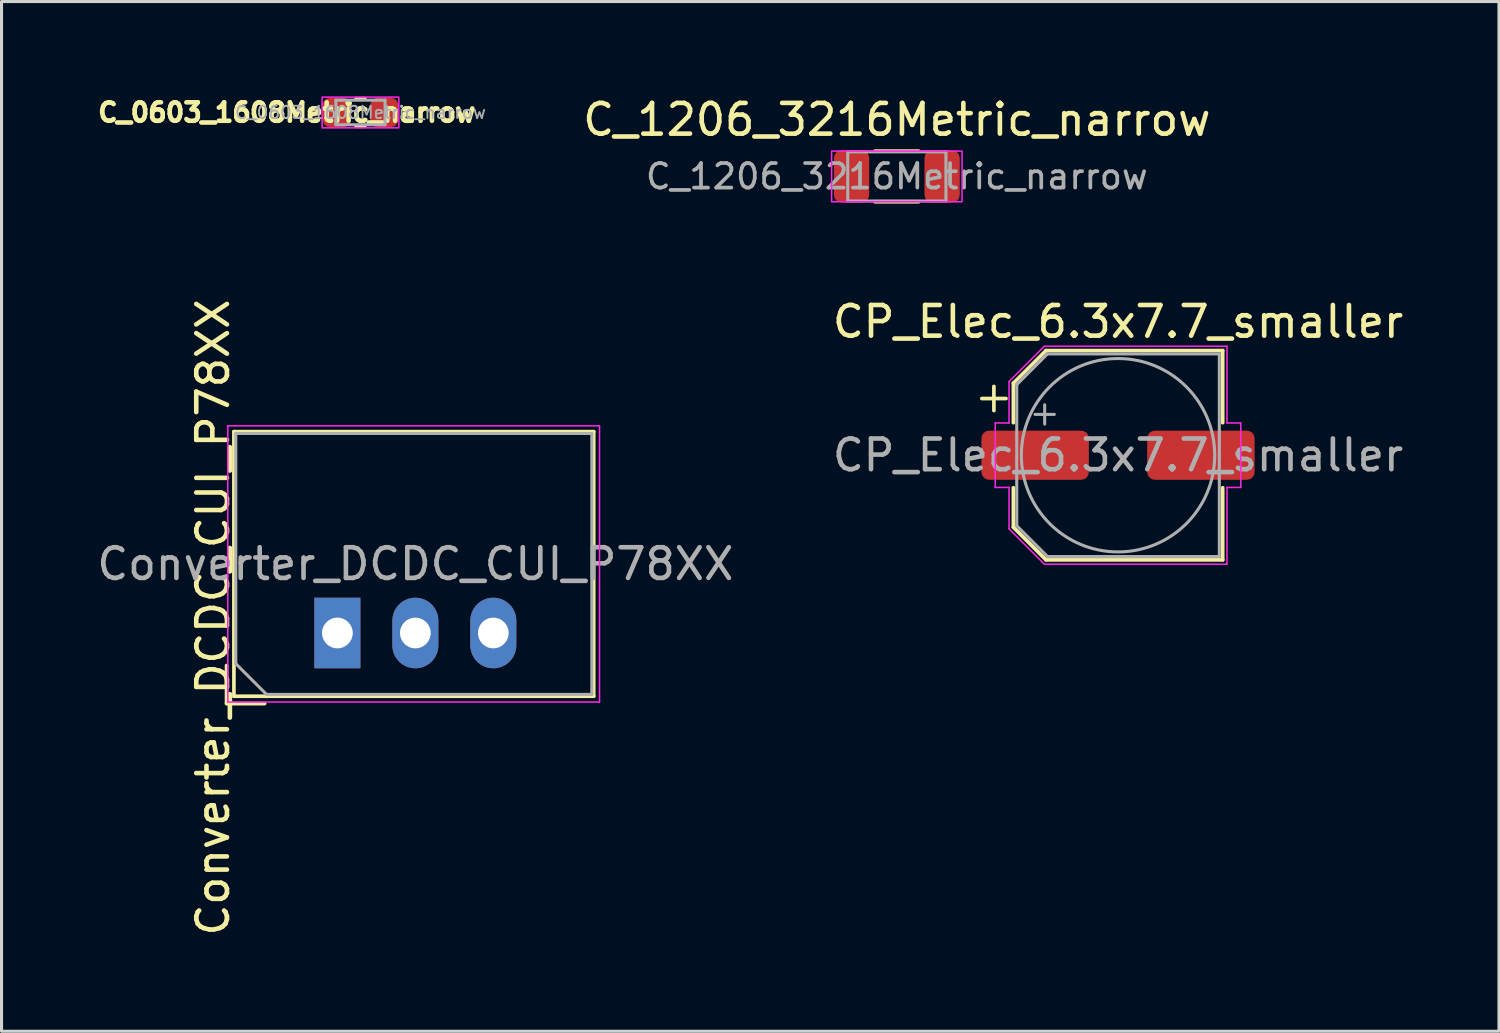
<source format=kicad_pcb>
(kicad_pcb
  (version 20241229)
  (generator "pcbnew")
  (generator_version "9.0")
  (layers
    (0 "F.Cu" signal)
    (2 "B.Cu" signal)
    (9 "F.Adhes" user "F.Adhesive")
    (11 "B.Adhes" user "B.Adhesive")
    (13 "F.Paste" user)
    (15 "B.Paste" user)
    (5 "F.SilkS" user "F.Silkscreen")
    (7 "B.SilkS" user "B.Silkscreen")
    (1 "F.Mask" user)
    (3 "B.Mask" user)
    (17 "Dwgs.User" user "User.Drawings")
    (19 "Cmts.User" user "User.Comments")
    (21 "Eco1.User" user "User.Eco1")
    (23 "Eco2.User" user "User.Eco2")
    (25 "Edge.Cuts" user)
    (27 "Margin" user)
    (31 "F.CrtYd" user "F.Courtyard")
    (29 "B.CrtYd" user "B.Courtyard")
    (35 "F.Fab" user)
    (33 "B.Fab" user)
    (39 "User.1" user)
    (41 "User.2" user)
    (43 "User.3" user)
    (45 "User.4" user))
  (footprint "C_0603_1608Metric_narrow"
    (layer "F.Cu")
    (at 8.694 0.614)
    (property "Reference" "C_0603_1608Metric_narrow" (at -2.4 0 0) (layer "F.SilkS") (effects (font (size 0.6 0.6) (thickness 0.15))))
    (attr smd)
    (fp_line (start -0.141 -0.45) (end 0.141 -0.45) (stroke (width 0.12) (type solid)) (layer "F.SilkS"))
    (fp_line (start -0.141 0.45) (end 0.141 0.45) (stroke (width 0.12) (type solid)) (layer "F.SilkS"))
    (fp_rect (start -1.25 -0.5) (end 1.25 0.5) (stroke (width 0.05) (type default)) (fill no) (layer "F.CrtYd"))
    (fp_line (start -0.8 -0.4) (end 0.8 -0.4) (stroke (width 0.1) (type solid)) (layer "F.Fab"))
    (fp_line (start -0.8 0.4) (end -0.8 -0.4) (stroke (width 0.1) (type solid)) (layer "F.Fab"))
    (fp_line (start 0.8 -0.4) (end 0.8 0.4) (stroke (width 0.1) (type solid)) (layer "F.Fab"))
    (fp_line (start 0.8 0.4) (end -0.8 0.4) (stroke (width 0.1) (type solid)) (layer "F.Fab"))
    (fp_text user "${REFERENCE}" (at 0 0 0) (layer "F.Fab") (effects (font (size 0.4 0.4) (thickness 0.06))))
    (pad "1" smd roundrect (at -0.775 0) (size 0.9 0.95) (layers "F.Cu" "F.Mask" "F.Paste") (roundrect_rratio 0.25))
    (pad "2" smd roundrect (at 0.775 0) (size 0.9 0.95) (layers "F.Cu" "F.Mask" "F.Paste") (roundrect_rratio 0.25)))
  (footprint "CP_Elec_6.3x7.7_smaller"
    (layer "F.Cu")
    (at 33.375 11.781)
    (property "Reference" "CP_Elec_6.3x7.7_smaller" (at 0 -4.35 180) (layer "F.SilkS") (effects (font (size 1 1) (thickness 0.15))))
    (attr smd)
    (fp_line (start -4.438 -1.847) (end -3.65 -1.847) (stroke (width 0.12) (type solid)) (layer "F.SilkS"))
    (fp_line (start -4.044 -2.241) (end -4.044 -1.454) (stroke (width 0.12) (type solid)) (layer "F.SilkS"))
    (fp_line (start -3.41 -2.346) (end -3.41 -1.06) (stroke (width 0.12) (type solid)) (layer "F.SilkS"))
    (fp_line (start -3.41 -2.346) (end -2.346 -3.41) (stroke (width 0.12) (type solid)) (layer "F.SilkS"))
    (fp_line (start -3.41 2.346) (end -3.41 1.06) (stroke (width 0.12) (type solid)) (layer "F.SilkS"))
    (fp_line (start -3.41 2.346) (end -2.346 3.41) (stroke (width 0.12) (type solid)) (layer "F.SilkS"))
    (fp_line (start -2.346 -3.41) (end 3.41 -3.41) (stroke (width 0.12) (type solid)) (layer "F.SilkS"))
    (fp_line (start -2.346 3.41) (end 3.41 3.41) (stroke (width 0.12) (type solid)) (layer "F.SilkS"))
    (fp_line (start 3.41 -3.41) (end 3.41 -1.06) (stroke (width 0.12) (type solid)) (layer "F.SilkS"))
    (fp_line (start 3.41 3.41) (end 3.41 1.06) (stroke (width 0.12) (type solid)) (layer "F.SilkS"))
    (fp_line (start -4 -1.05) (end -4 1.05) (stroke (width 0.05) (type solid)) (layer "F.CrtYd"))
    (fp_line (start -4 1.05) (end -3.55 1.05) (stroke (width 0.05) (type solid)) (layer "F.CrtYd"))
    (fp_line (start -3.55 -2.4) (end -3.55 -1.05) (stroke (width 0.05) (type solid)) (layer "F.CrtYd"))
    (fp_line (start -3.55 -2.4) (end -2.4 -3.55) (stroke (width 0.05) (type solid)) (layer "F.CrtYd"))
    (fp_line (start -3.55 -1.05) (end -4 -1.05) (stroke (width 0.05) (type solid)) (layer "F.CrtYd"))
    (fp_line (start -3.55 1.05) (end -3.55 2.4) (stroke (width 0.05) (type solid)) (layer "F.CrtYd"))
    (fp_line (start -3.55 2.4) (end -2.4 3.55) (stroke (width 0.05) (type solid)) (layer "F.CrtYd"))
    (fp_line (start -2.4 -3.55) (end 3.55 -3.55) (stroke (width 0.05) (type solid)) (layer "F.CrtYd"))
    (fp_line (start -2.4 3.55) (end 3.55 3.55) (stroke (width 0.05) (type solid)) (layer "F.CrtYd"))
    (fp_line (start 3.55 -3.55) (end 3.55 -1.05) (stroke (width 0.05) (type solid)) (layer "F.CrtYd"))
    (fp_line (start 3.55 -1.05) (end 4 -1.05) (stroke (width 0.05) (type solid)) (layer "F.CrtYd"))
    (fp_line (start 3.55 1.05) (end 3.55 3.55) (stroke (width 0.05) (type solid)) (layer "F.CrtYd"))
    (fp_line (start 4 -1.05) (end 4 1.05) (stroke (width 0.05) (type solid)) (layer "F.CrtYd"))
    (fp_line (start 4 1.05) (end 3.55 1.05) (stroke (width 0.05) (type solid)) (layer "F.CrtYd"))
    (fp_line (start -3.3 -2.3) (end -3.3 2.3) (stroke (width 0.1) (type solid)) (layer "F.Fab"))
    (fp_line (start -3.3 -2.3) (end -2.3 -3.3) (stroke (width 0.1) (type solid)) (layer "F.Fab"))
    (fp_line (start -3.3 2.3) (end -2.3 3.3) (stroke (width 0.1) (type solid)) (layer "F.Fab"))
    (fp_line (start -2.705 -1.33) (end -2.075 -1.33) (stroke (width 0.1) (type solid)) (layer "F.Fab"))
    (fp_line (start -2.39 -1.645) (end -2.39 -1.015) (stroke (width 0.1) (type solid)) (layer "F.Fab"))
    (fp_line (start -2.3 -3.3) (end 3.3 -3.3) (stroke (width 0.1) (type solid)) (layer "F.Fab"))
    (fp_line (start -2.3 3.3) (end 3.3 3.3) (stroke (width 0.1) (type solid)) (layer "F.Fab"))
    (fp_line (start 3.3 -3.3) (end 3.3 3.3) (stroke (width 0.1) (type solid)) (layer "F.Fab"))
    (fp_circle (center 0 0) (end 3.15 0) (stroke (width 0.1) (type solid)) (fill no) (layer "F.Fab"))
    (fp_text user "${REFERENCE}" (at 0 0 180) (layer "F.Fab") (effects (font (size 1 1) (thickness 0.15))))
    (pad "1" smd roundrect (at -2.7 0) (size 3.5 1.6) (layers "F.Cu" "F.Mask" "F.Paste") (roundrect_rratio 0.156))
    (pad "2" smd roundrect (at 2.7 0) (size 3.5 1.6) (layers "F.Cu" "F.Mask" "F.Paste") (roundrect_rratio 0.156)))
  (footprint "C_1206_3216Metric_narrow"
    (layer "F.Cu")
    (at 26.169 2.698)
    (property "Reference" "C_1206_3216Metric_narrow" (at 0 -1.85 0) (layer "F.SilkS") (effects (font (size 1 1) (thickness 0.15))))
    (attr smd)
    (fp_line (start -0.711 -0.825) (end 0.711 -0.825) (stroke (width 0.12) (type solid)) (layer "F.SilkS"))
    (fp_line (start -0.711 0.825) (end 0.711 0.825) (stroke (width 0.12) (type solid)) (layer "F.SilkS"))
    (fp_rect (start -2.125 -0.825) (end 2.125 0.825) (stroke (width 0.05) (type solid)) (fill no) (layer "F.CrtYd"))
    (fp_line (start -1.6 -0.8) (end 1.6 -0.8) (stroke (width 0.1) (type solid)) (layer "F.Fab"))
    (fp_line (start -1.6 0.8) (end -1.6 -0.8) (stroke (width 0.1) (type solid)) (layer "F.Fab"))
    (fp_line (start 1.6 -0.8) (end 1.6 0.8) (stroke (width 0.1) (type solid)) (layer "F.Fab"))
    (fp_line (start 1.6 0.8) (end -1.6 0.8) (stroke (width 0.1) (type solid)) (layer "F.Fab"))
    (fp_text user "${REFERENCE}" (at 0 0 0) (layer "F.Fab") (effects (font (size 0.8 0.8) (thickness 0.12))))
    (pad "1" smd roundrect (at -1.475 0) (size 1.15 1.7) (layers "F.Cu" "F.Mask" "F.Paste") (roundrect_rratio 0.217))
    (pad "2" smd roundrect (at 1.475 0) (size 1.15 1.7) (layers "F.Cu" "F.Mask" "F.Paste") (roundrect_rratio 0.217)))
  (footprint "Converter_DCDC_CUI_P78XX"
    (layer "F.Cu")
    (at 7.942 17.573)
    (property "Reference" "Converter_DCDC_CUI_P78XX" (at -4.053 -0.507 90) (layer "F.SilkS") (effects (font (size 1 1) (thickness 0.15))))
    (attr through_hole)
    (fp_line (start -3.611 1.06) (end -3.611 2.3) (stroke (width 0.12) (type solid)) (layer "F.SilkS"))
    (fp_line (start -3.611 2.3) (end -2.371 2.3) (stroke (width 0.12) (type solid)) (layer "F.SilkS"))
    (fp_line (start -3.371 -6.56) (end -3.371 2.06) (stroke (width 0.12) (type solid)) (layer "F.SilkS"))
    (fp_line (start -3.371 -6.56) (end 8.35 -6.56) (stroke (width 0.12) (type solid)) (layer "F.SilkS"))
    (fp_line (start -3.371 2.06) (end 8.35 2.06) (stroke (width 0.12) (type solid)) (layer "F.SilkS"))
    (fp_line (start 8.35 -6.56) (end 8.35 2.06) (stroke (width 0.12) (type solid)) (layer "F.SilkS"))
    (fp_line (start -3.57 -6.75) (end -3.57 2.25) (stroke (width 0.05) (type solid)) (layer "F.CrtYd"))
    (fp_line (start -3.57 2.25) (end 8.54 2.25) (stroke (width 0.05) (type solid)) (layer "F.CrtYd"))
    (fp_line (start 8.54 -6.75) (end -3.57 -6.75) (stroke (width 0.05) (type solid)) (layer "F.CrtYd"))
    (fp_line (start 8.54 2.25) (end 8.54 -6.75) (stroke (width 0.05) (type solid)) (layer "F.CrtYd"))
    (fp_line (start -3.31 -6.5) (end 8.29 -6.5) (stroke (width 0.1) (type solid)) (layer "F.Fab"))
    (fp_line (start -3.31 1) (end -3.31 -6.5) (stroke (width 0.1) (type solid)) (layer "F.Fab"))
    (fp_line (start -2.31 2) (end -3.31 1) (stroke (width 0.1) (type solid)) (layer "F.Fab"))
    (fp_line (start 8.29 -6.5) (end 8.29 2) (stroke (width 0.1) (type solid)) (layer "F.Fab"))
    (fp_line (start 8.29 2) (end -2.31 2) (stroke (width 0.1) (type solid)) (layer "F.Fab"))
    (fp_text user "${REFERENCE}" (at 2.54 -2.25 180) (layer "F.Fab") (effects (font (size 1 1) (thickness 0.15))))
    (pad "1" thru_hole rect (at 0 0) (size 1.5 2.3) (drill 1) (layers "*.Cu" "*.Mask"))
    (pad "2" thru_hole oval (at 2.54 0) (size 1.5 2.3) (drill 1) (layers "*.Cu" "*.Mask"))
    (pad "3" thru_hole oval (at 5.08 0) (size 1.5 2.3) (drill 1) (layers "*.Cu" "*.Mask")))
  (gr_rect
    (start -3 -3)
    (end 45.786 30.548)
    (stroke (width 0.1) (type default))
    (fill no)
    (layer "Edge.Cuts")))
</source>
